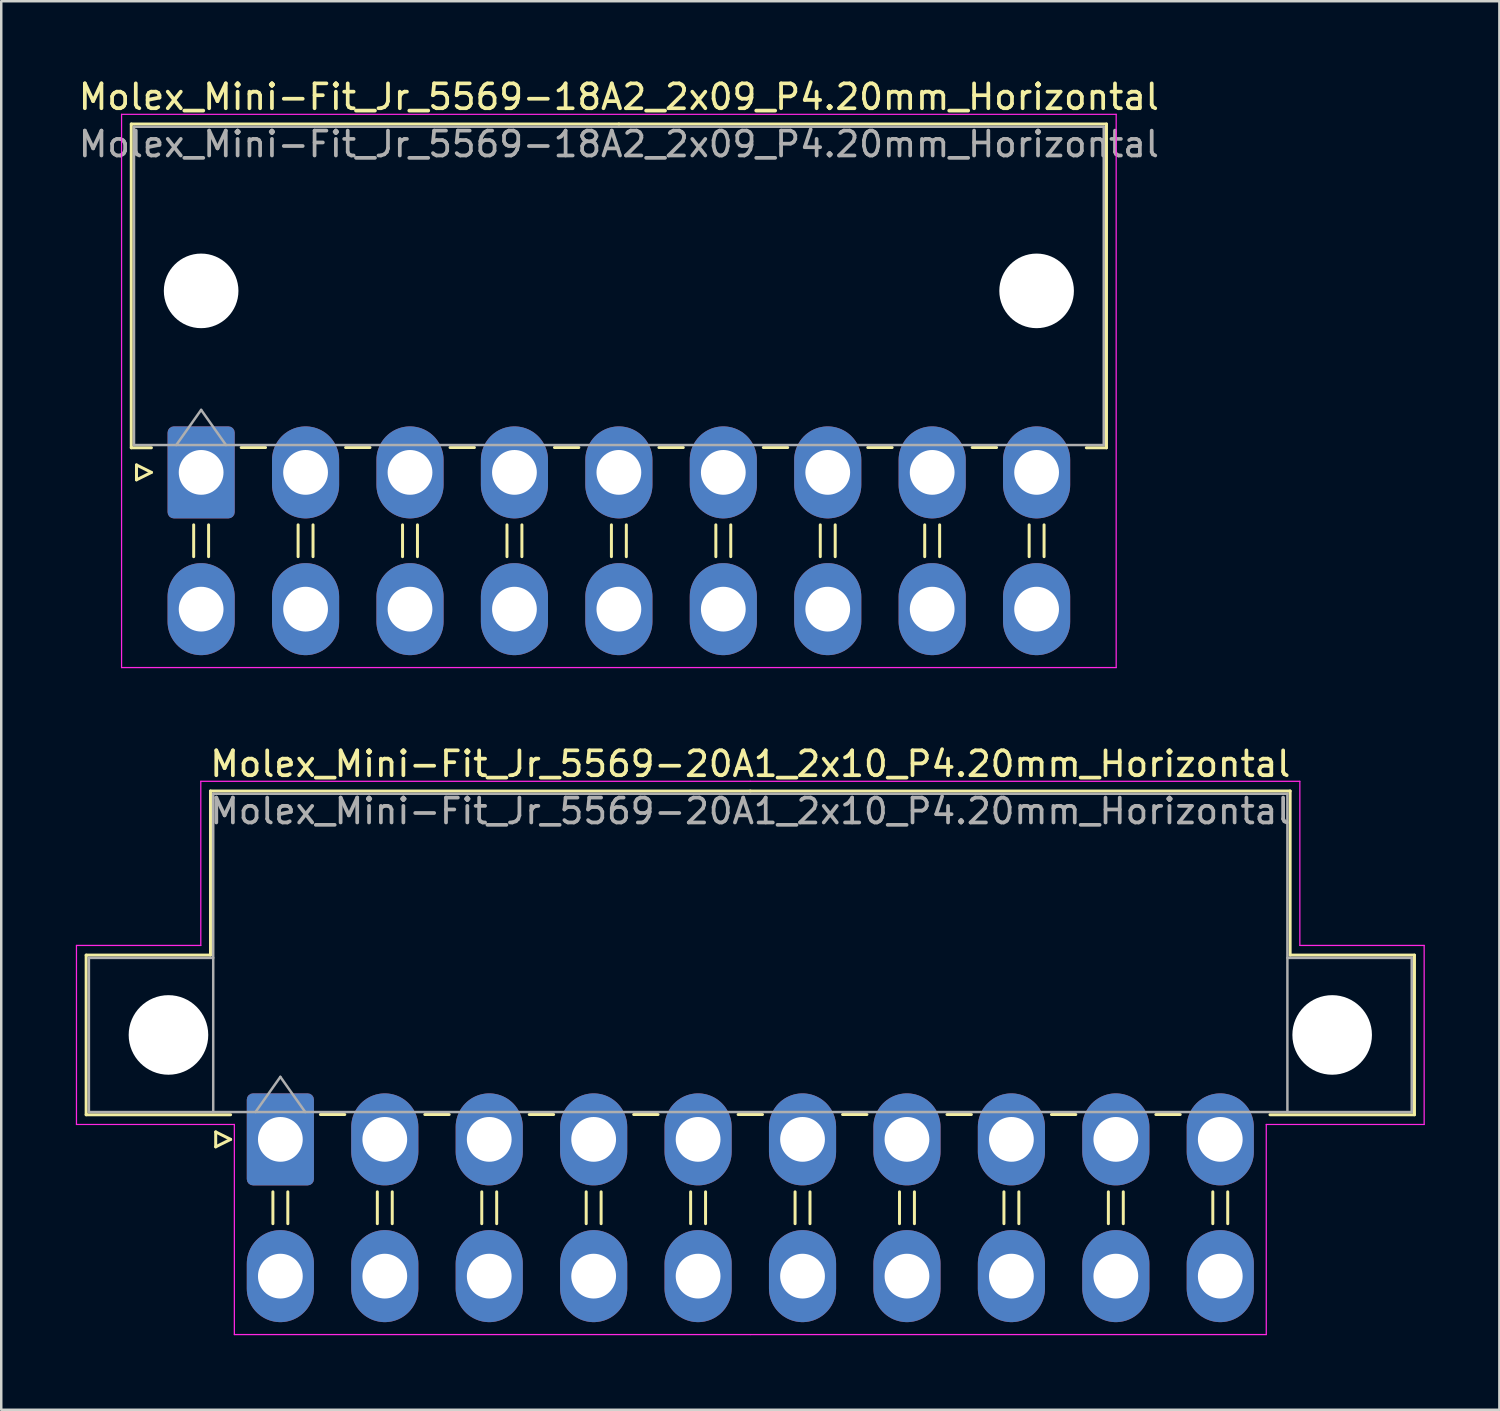
<source format=kicad_pcb>
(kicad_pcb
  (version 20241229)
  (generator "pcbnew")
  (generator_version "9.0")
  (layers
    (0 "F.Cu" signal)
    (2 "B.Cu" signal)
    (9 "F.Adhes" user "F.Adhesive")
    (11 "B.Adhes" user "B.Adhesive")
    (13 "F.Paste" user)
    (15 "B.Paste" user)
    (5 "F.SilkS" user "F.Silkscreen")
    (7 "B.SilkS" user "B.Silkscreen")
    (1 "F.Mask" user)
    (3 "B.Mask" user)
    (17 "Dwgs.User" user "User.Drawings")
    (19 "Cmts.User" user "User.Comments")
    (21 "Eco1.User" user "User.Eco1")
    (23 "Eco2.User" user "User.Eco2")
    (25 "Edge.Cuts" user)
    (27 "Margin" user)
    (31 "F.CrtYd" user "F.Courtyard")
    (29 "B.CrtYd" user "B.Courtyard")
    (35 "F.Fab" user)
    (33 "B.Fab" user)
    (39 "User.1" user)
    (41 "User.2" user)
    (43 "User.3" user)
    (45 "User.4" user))
  (footprint "Molex_Mini-Fit_Jr_5569-18A2_2x09_P4.20mm_Horizontal"
    (layer "F.Cu")
    (at 5.039 15.948)
    (property "Reference" "Molex_Mini-Fit_Jr_5569-18A2_2x09_P4.20mm_Horizontal" (at 16.8 -15.1 0) (layer "F.SilkS") (effects (font (size 1 1) (thickness 0.15))))
    (attr through_hole)
    (fp_line (start -2.81 -14.01) (end 16.8 -14.01) (stroke (width 0.12) (type solid)) (layer "F.SilkS"))
    (fp_line (start -2.81 -0.99) (end -2.81 -14.01) (stroke (width 0.12) (type solid)) (layer "F.SilkS"))
    (fp_line (start -2.6 -0.3) (end -2 0) (stroke (width 0.12) (type solid)) (layer "F.SilkS"))
    (fp_line (start -2.6 0.3) (end -2.6 -0.3) (stroke (width 0.12) (type solid)) (layer "F.SilkS"))
    (fp_line (start -2 -0.99) (end -2.81 -0.99) (stroke (width 0.12) (type solid)) (layer "F.SilkS"))
    (fp_line (start -2 0) (end -2.6 0.3) (stroke (width 0.12) (type solid)) (layer "F.SilkS"))
    (fp_line (start -0.3 2.11) (end -0.3 3.39) (stroke (width 0.12) (type solid)) (layer "F.SilkS"))
    (fp_line (start 0.3 2.11) (end 0.3 3.39) (stroke (width 0.12) (type solid)) (layer "F.SilkS"))
    (fp_line (start 1.61 -1) (end 2.59 -1) (stroke (width 0.12) (type solid)) (layer "F.SilkS"))
    (fp_line (start 3.9 2.11) (end 3.9 3.39) (stroke (width 0.12) (type solid)) (layer "F.SilkS"))
    (fp_line (start 4.5 2.11) (end 4.5 3.39) (stroke (width 0.12) (type solid)) (layer "F.SilkS"))
    (fp_line (start 5.81 -1) (end 6.79 -1) (stroke (width 0.12) (type solid)) (layer "F.SilkS"))
    (fp_line (start 8.1 2.11) (end 8.1 3.39) (stroke (width 0.12) (type solid)) (layer "F.SilkS"))
    (fp_line (start 8.7 2.11) (end 8.7 3.39) (stroke (width 0.12) (type solid)) (layer "F.SilkS"))
    (fp_line (start 10.01 -1) (end 10.99 -1) (stroke (width 0.12) (type solid)) (layer "F.SilkS"))
    (fp_line (start 12.3 2.11) (end 12.3 3.39) (stroke (width 0.12) (type solid)) (layer "F.SilkS"))
    (fp_line (start 12.9 2.11) (end 12.9 3.39) (stroke (width 0.12) (type solid)) (layer "F.SilkS"))
    (fp_line (start 14.21 -1) (end 15.19 -1) (stroke (width 0.12) (type solid)) (layer "F.SilkS"))
    (fp_line (start 16.5 2.11) (end 16.5 3.39) (stroke (width 0.12) (type solid)) (layer "F.SilkS"))
    (fp_line (start 17.1 2.11) (end 17.1 3.39) (stroke (width 0.12) (type solid)) (layer "F.SilkS"))
    (fp_line (start 18.41 -1) (end 19.39 -1) (stroke (width 0.12) (type solid)) (layer "F.SilkS"))
    (fp_line (start 20.7 2.11) (end 20.7 3.39) (stroke (width 0.12) (type solid)) (layer "F.SilkS"))
    (fp_line (start 21.3 2.11) (end 21.3 3.39) (stroke (width 0.12) (type solid)) (layer "F.SilkS"))
    (fp_line (start 22.61 -1) (end 23.59 -1) (stroke (width 0.12) (type solid)) (layer "F.SilkS"))
    (fp_line (start 24.9 2.11) (end 24.9 3.39) (stroke (width 0.12) (type solid)) (layer "F.SilkS"))
    (fp_line (start 25.5 2.11) (end 25.5 3.39) (stroke (width 0.12) (type solid)) (layer "F.SilkS"))
    (fp_line (start 26.81 -1) (end 27.79 -1) (stroke (width 0.12) (type solid)) (layer "F.SilkS"))
    (fp_line (start 29.1 2.11) (end 29.1 3.39) (stroke (width 0.12) (type solid)) (layer "F.SilkS"))
    (fp_line (start 29.7 2.11) (end 29.7 3.39) (stroke (width 0.12) (type solid)) (layer "F.SilkS"))
    (fp_line (start 31.01 -1) (end 31.99 -1) (stroke (width 0.12) (type solid)) (layer "F.SilkS"))
    (fp_line (start 33.3 2.11) (end 33.3 3.39) (stroke (width 0.12) (type solid)) (layer "F.SilkS"))
    (fp_line (start 33.9 2.11) (end 33.9 3.39) (stroke (width 0.12) (type solid)) (layer "F.SilkS"))
    (fp_line (start 35.6 -0.99) (end 36.41 -0.99) (stroke (width 0.12) (type solid)) (layer "F.SilkS"))
    (fp_line (start 36.41 -14.01) (end 16.8 -14.01) (stroke (width 0.12) (type solid)) (layer "F.SilkS"))
    (fp_line (start 36.41 -0.99) (end 36.41 -14.01) (stroke (width 0.12) (type solid)) (layer "F.SilkS"))
    (fp_line (start -3.2 -14.4) (end -3.2 7.85) (stroke (width 0.05) (type solid)) (layer "F.CrtYd"))
    (fp_line (start -3.2 7.85) (end 36.8 7.85) (stroke (width 0.05) (type solid)) (layer "F.CrtYd"))
    (fp_line (start 36.8 -14.4) (end -3.2 -14.4) (stroke (width 0.05) (type solid)) (layer "F.CrtYd"))
    (fp_line (start 36.8 7.85) (end 36.8 -14.4) (stroke (width 0.05) (type solid)) (layer "F.CrtYd"))
    (fp_line (start -2.7 -13.9) (end -2.7 -1.1) (stroke (width 0.1) (type solid)) (layer "F.Fab"))
    (fp_line (start -2.7 -1.1) (end 36.3 -1.1) (stroke (width 0.1) (type solid)) (layer "F.Fab"))
    (fp_line (start -1 -1.1) (end 0 -2.514) (stroke (width 0.1) (type solid)) (layer "F.Fab"))
    (fp_line (start 0 -2.514) (end 1 -1.1) (stroke (width 0.1) (type solid)) (layer "F.Fab"))
    (fp_line (start 36.3 -13.9) (end -2.7 -13.9) (stroke (width 0.1) (type solid)) (layer "F.Fab"))
    (fp_line (start 36.3 -1.1) (end 36.3 -13.9) (stroke (width 0.1) (type solid)) (layer "F.Fab"))
    (fp_text user "${REFERENCE}" (at 16.8 -13.2 0) (layer "F.Fab") (effects (font (size 1 1) (thickness 0.15))))
    (pad "" np_thru_hole circle (at 0 -7.3) (size 3 3) (drill 3) (layers "*.Cu" "*.Mask"))
    (pad "" np_thru_hole circle (at 33.6 -7.3) (size 3 3) (drill 3) (layers "*.Cu" "*.Mask"))
    (pad "1" thru_hole roundrect (at 0 0) (size 2.7 3.7) (drill 1.8) (layers "*.Cu" "*.Mask") (roundrect_rratio 0.093))
    (pad "2" thru_hole oval (at 4.2 0) (size 2.7 3.7) (drill 1.8) (layers "*.Cu" "*.Mask"))
    (pad "3" thru_hole oval (at 8.4 0) (size 2.7 3.7) (drill 1.8) (layers "*.Cu" "*.Mask"))
    (pad "4" thru_hole oval (at 12.6 0) (size 2.7 3.7) (drill 1.8) (layers "*.Cu" "*.Mask"))
    (pad "5" thru_hole oval (at 16.8 0) (size 2.7 3.7) (drill 1.8) (layers "*.Cu" "*.Mask"))
    (pad "6" thru_hole oval (at 21 0) (size 2.7 3.7) (drill 1.8) (layers "*.Cu" "*.Mask"))
    (pad "7" thru_hole oval (at 25.2 0) (size 2.7 3.7) (drill 1.8) (layers "*.Cu" "*.Mask"))
    (pad "8" thru_hole oval (at 29.4 0) (size 2.7 3.7) (drill 1.8) (layers "*.Cu" "*.Mask"))
    (pad "9" thru_hole oval (at 33.6 0) (size 2.7 3.7) (drill 1.8) (layers "*.Cu" "*.Mask"))
    (pad "10" thru_hole oval (at 0 5.5) (size 2.7 3.7) (drill 1.8) (layers "*.Cu" "*.Mask"))
    (pad "11" thru_hole oval (at 4.2 5.5) (size 2.7 3.7) (drill 1.8) (layers "*.Cu" "*.Mask"))
    (pad "12" thru_hole oval (at 8.4 5.5) (size 2.7 3.7) (drill 1.8) (layers "*.Cu" "*.Mask"))
    (pad "13" thru_hole oval (at 12.6 5.5) (size 2.7 3.7) (drill 1.8) (layers "*.Cu" "*.Mask"))
    (pad "14" thru_hole oval (at 16.8 5.5) (size 2.7 3.7) (drill 1.8) (layers "*.Cu" "*.Mask"))
    (pad "15" thru_hole oval (at 21 5.5) (size 2.7 3.7) (drill 1.8) (layers "*.Cu" "*.Mask"))
    (pad "16" thru_hole oval (at 25.2 5.5) (size 2.7 3.7) (drill 1.8) (layers "*.Cu" "*.Mask"))
    (pad "17" thru_hole oval (at 29.4 5.5) (size 2.7 3.7) (drill 1.8) (layers "*.Cu" "*.Mask"))
    (pad "18" thru_hole oval (at 33.6 5.5) (size 2.7 3.7) (drill 1.8) (layers "*.Cu" "*.Mask")))
  (footprint "Molex_Mini-Fit_Jr_5569-20A1_2x10_P4.20mm_Horizontal"
    (layer "F.Cu")
    (at 8.225 42.772)
    (property "Reference" "Molex_Mini-Fit_Jr_5569-20A1_2x10_P4.20mm_Horizontal" (at 18.9 -15.1 0) (layer "F.SilkS") (effects (font (size 1 1) (thickness 0.15))))
    (attr through_hole)
    (fp_line (start -7.81 -7.41) (end -7.81 -0.99) (stroke (width 0.12) (type solid)) (layer "F.SilkS"))
    (fp_line (start -7.81 -0.99) (end -2 -0.99) (stroke (width 0.12) (type solid)) (layer "F.SilkS"))
    (fp_line (start -2.81 -14.01) (end -2.81 -7.41) (stroke (width 0.12) (type solid)) (layer "F.SilkS"))
    (fp_line (start -2.81 -7.41) (end -7.81 -7.41) (stroke (width 0.12) (type solid)) (layer "F.SilkS"))
    (fp_line (start -2.6 -0.3) (end -2 0) (stroke (width 0.12) (type solid)) (layer "F.SilkS"))
    (fp_line (start -2.6 0.3) (end -2.6 -0.3) (stroke (width 0.12) (type solid)) (layer "F.SilkS"))
    (fp_line (start -2 0) (end -2.6 0.3) (stroke (width 0.12) (type solid)) (layer "F.SilkS"))
    (fp_line (start -0.3 2.11) (end -0.3 3.39) (stroke (width 0.12) (type solid)) (layer "F.SilkS"))
    (fp_line (start 0.3 2.11) (end 0.3 3.39) (stroke (width 0.12) (type solid)) (layer "F.SilkS"))
    (fp_line (start 1.61 -1) (end 2.59 -1) (stroke (width 0.12) (type solid)) (layer "F.SilkS"))
    (fp_line (start 3.9 2.11) (end 3.9 3.39) (stroke (width 0.12) (type solid)) (layer "F.SilkS"))
    (fp_line (start 4.5 2.11) (end 4.5 3.39) (stroke (width 0.12) (type solid)) (layer "F.SilkS"))
    (fp_line (start 5.81 -1) (end 6.79 -1) (stroke (width 0.12) (type solid)) (layer "F.SilkS"))
    (fp_line (start 8.1 2.11) (end 8.1 3.39) (stroke (width 0.12) (type solid)) (layer "F.SilkS"))
    (fp_line (start 8.7 2.11) (end 8.7 3.39) (stroke (width 0.12) (type solid)) (layer "F.SilkS"))
    (fp_line (start 10.01 -1) (end 10.99 -1) (stroke (width 0.12) (type solid)) (layer "F.SilkS"))
    (fp_line (start 12.3 2.11) (end 12.3 3.39) (stroke (width 0.12) (type solid)) (layer "F.SilkS"))
    (fp_line (start 12.9 2.11) (end 12.9 3.39) (stroke (width 0.12) (type solid)) (layer "F.SilkS"))
    (fp_line (start 14.21 -1) (end 15.19 -1) (stroke (width 0.12) (type solid)) (layer "F.SilkS"))
    (fp_line (start 16.5 2.11) (end 16.5 3.39) (stroke (width 0.12) (type solid)) (layer "F.SilkS"))
    (fp_line (start 17.1 2.11) (end 17.1 3.39) (stroke (width 0.12) (type solid)) (layer "F.SilkS"))
    (fp_line (start 18.41 -1) (end 19.39 -1) (stroke (width 0.12) (type solid)) (layer "F.SilkS"))
    (fp_line (start 18.9 -14.01) (end -2.81 -14.01) (stroke (width 0.12) (type solid)) (layer "F.SilkS"))
    (fp_line (start 18.9 -14.01) (end 40.61 -14.01) (stroke (width 0.12) (type solid)) (layer "F.SilkS"))
    (fp_line (start 20.7 2.11) (end 20.7 3.39) (stroke (width 0.12) (type solid)) (layer "F.SilkS"))
    (fp_line (start 21.3 2.11) (end 21.3 3.39) (stroke (width 0.12) (type solid)) (layer "F.SilkS"))
    (fp_line (start 22.61 -1) (end 23.59 -1) (stroke (width 0.12) (type solid)) (layer "F.SilkS"))
    (fp_line (start 24.9 2.11) (end 24.9 3.39) (stroke (width 0.12) (type solid)) (layer "F.SilkS"))
    (fp_line (start 25.5 2.11) (end 25.5 3.39) (stroke (width 0.12) (type solid)) (layer "F.SilkS"))
    (fp_line (start 26.81 -1) (end 27.79 -1) (stroke (width 0.12) (type solid)) (layer "F.SilkS"))
    (fp_line (start 29.1 2.11) (end 29.1 3.39) (stroke (width 0.12) (type solid)) (layer "F.SilkS"))
    (fp_line (start 29.7 2.11) (end 29.7 3.39) (stroke (width 0.12) (type solid)) (layer "F.SilkS"))
    (fp_line (start 31.01 -1) (end 31.99 -1) (stroke (width 0.12) (type solid)) (layer "F.SilkS"))
    (fp_line (start 33.3 2.11) (end 33.3 3.39) (stroke (width 0.12) (type solid)) (layer "F.SilkS"))
    (fp_line (start 33.9 2.11) (end 33.9 3.39) (stroke (width 0.12) (type solid)) (layer "F.SilkS"))
    (fp_line (start 35.21 -1) (end 36.19 -1) (stroke (width 0.12) (type solid)) (layer "F.SilkS"))
    (fp_line (start 37.5 2.11) (end 37.5 3.39) (stroke (width 0.12) (type solid)) (layer "F.SilkS"))
    (fp_line (start 38.1 2.11) (end 38.1 3.39) (stroke (width 0.12) (type solid)) (layer "F.SilkS"))
    (fp_line (start 40.61 -14.01) (end 40.61 -7.41) (stroke (width 0.12) (type solid)) (layer "F.SilkS"))
    (fp_line (start 40.61 -7.41) (end 45.61 -7.41) (stroke (width 0.12) (type solid)) (layer "F.SilkS"))
    (fp_line (start 45.61 -7.41) (end 45.61 -0.99) (stroke (width 0.12) (type solid)) (layer "F.SilkS"))
    (fp_line (start 45.61 -0.99) (end 39.8 -0.99) (stroke (width 0.12) (type solid)) (layer "F.SilkS"))
    (fp_line (start -8.2 -7.8) (end -8.2 -0.6) (stroke (width 0.05) (type solid)) (layer "F.CrtYd"))
    (fp_line (start -8.2 -0.6) (end -1.85 -0.6) (stroke (width 0.05) (type solid)) (layer "F.CrtYd"))
    (fp_line (start -3.2 -14.4) (end -3.2 -7.8) (stroke (width 0.05) (type solid)) (layer "F.CrtYd"))
    (fp_line (start -3.2 -7.8) (end -8.2 -7.8) (stroke (width 0.05) (type solid)) (layer "F.CrtYd"))
    (fp_line (start -1.85 -0.6) (end -1.85 7.85) (stroke (width 0.05) (type solid)) (layer "F.CrtYd"))
    (fp_line (start -1.85 7.85) (end 18.9 7.85) (stroke (width 0.05) (type solid)) (layer "F.CrtYd"))
    (fp_line (start 18.9 -14.4) (end -3.2 -14.4) (stroke (width 0.05) (type solid)) (layer "F.CrtYd"))
    (fp_line (start 18.9 -14.4) (end 41 -14.4) (stroke (width 0.05) (type solid)) (layer "F.CrtYd"))
    (fp_line (start 39.65 -0.6) (end 39.65 7.85) (stroke (width 0.05) (type solid)) (layer "F.CrtYd"))
    (fp_line (start 39.65 7.85) (end 18.9 7.85) (stroke (width 0.05) (type solid)) (layer "F.CrtYd"))
    (fp_line (start 41 -14.4) (end 41 -7.8) (stroke (width 0.05) (type solid)) (layer "F.CrtYd"))
    (fp_line (start 41 -7.8) (end 46 -7.8) (stroke (width 0.05) (type solid)) (layer "F.CrtYd"))
    (fp_line (start 46 -7.8) (end 46 -0.6) (stroke (width 0.05) (type solid)) (layer "F.CrtYd"))
    (fp_line (start 46 -0.6) (end 39.65 -0.6) (stroke (width 0.05) (type solid)) (layer "F.CrtYd"))
    (fp_line (start -7.7 -7.3) (end -7.7 -1.1) (stroke (width 0.1) (type solid)) (layer "F.Fab"))
    (fp_line (start -7.7 -1.1) (end -2.7 -1.1) (stroke (width 0.1) (type solid)) (layer "F.Fab"))
    (fp_line (start -2.7 -13.9) (end -2.7 -1.1) (stroke (width 0.1) (type solid)) (layer "F.Fab"))
    (fp_line (start -2.7 -7.3) (end -7.7 -7.3) (stroke (width 0.1) (type solid)) (layer "F.Fab"))
    (fp_line (start -2.7 -1.1) (end 40.5 -1.1) (stroke (width 0.1) (type solid)) (layer "F.Fab"))
    (fp_line (start -1 -1.1) (end 0 -2.514) (stroke (width 0.1) (type solid)) (layer "F.Fab"))
    (fp_line (start 0 -2.514) (end 1 -1.1) (stroke (width 0.1) (type solid)) (layer "F.Fab"))
    (fp_line (start 40.5 -13.9) (end -2.7 -13.9) (stroke (width 0.1) (type solid)) (layer "F.Fab"))
    (fp_line (start 40.5 -7.3) (end 45.5 -7.3) (stroke (width 0.1) (type solid)) (layer "F.Fab"))
    (fp_line (start 40.5 -1.1) (end 40.5 -13.9) (stroke (width 0.1) (type solid)) (layer "F.Fab"))
    (fp_line (start 45.5 -7.3) (end 45.5 -1.1) (stroke (width 0.1) (type solid)) (layer "F.Fab"))
    (fp_line (start 45.5 -1.1) (end 40.5 -1.1) (stroke (width 0.1) (type solid)) (layer "F.Fab"))
    (fp_text user "${REFERENCE}" (at 18.9 -13.2 0) (layer "F.Fab") (effects (font (size 1 1) (thickness 0.15))))
    (pad "" np_thru_hole circle (at -4.5 -4.2) (size 3.2 3.2) (drill 3.2) (layers "*.Cu" "*.Mask"))
    (pad "" np_thru_hole circle (at 42.3 -4.2) (size 3.2 3.2) (drill 3.2) (layers "*.Cu" "*.Mask"))
    (pad "1" thru_hole roundrect (at 0 0) (size 2.7 3.7) (drill 1.8) (layers "*.Cu" "*.Mask") (roundrect_rratio 0.093))
    (pad "2" thru_hole oval (at 4.2 0) (size 2.7 3.7) (drill 1.8) (layers "*.Cu" "*.Mask"))
    (pad "3" thru_hole oval (at 8.4 0) (size 2.7 3.7) (drill 1.8) (layers "*.Cu" "*.Mask"))
    (pad "4" thru_hole oval (at 12.6 0) (size 2.7 3.7) (drill 1.8) (layers "*.Cu" "*.Mask"))
    (pad "5" thru_hole oval (at 16.8 0) (size 2.7 3.7) (drill 1.8) (layers "*.Cu" "*.Mask"))
    (pad "6" thru_hole oval (at 21 0) (size 2.7 3.7) (drill 1.8) (layers "*.Cu" "*.Mask"))
    (pad "7" thru_hole oval (at 25.2 0) (size 2.7 3.7) (drill 1.8) (layers "*.Cu" "*.Mask"))
    (pad "8" thru_hole oval (at 29.4 0) (size 2.7 3.7) (drill 1.8) (layers "*.Cu" "*.Mask"))
    (pad "9" thru_hole oval (at 33.6 0) (size 2.7 3.7) (drill 1.8) (layers "*.Cu" "*.Mask"))
    (pad "10" thru_hole oval (at 37.8 0) (size 2.7 3.7) (drill 1.8) (layers "*.Cu" "*.Mask"))
    (pad "11" thru_hole oval (at 0 5.5) (size 2.7 3.7) (drill 1.8) (layers "*.Cu" "*.Mask"))
    (pad "12" thru_hole oval (at 4.2 5.5) (size 2.7 3.7) (drill 1.8) (layers "*.Cu" "*.Mask"))
    (pad "13" thru_hole oval (at 8.4 5.5) (size 2.7 3.7) (drill 1.8) (layers "*.Cu" "*.Mask"))
    (pad "14" thru_hole oval (at 12.6 5.5) (size 2.7 3.7) (drill 1.8) (layers "*.Cu" "*.Mask"))
    (pad "15" thru_hole oval (at 16.8 5.5) (size 2.7 3.7) (drill 1.8) (layers "*.Cu" "*.Mask"))
    (pad "16" thru_hole oval (at 21 5.5) (size 2.7 3.7) (drill 1.8) (layers "*.Cu" "*.Mask"))
    (pad "17" thru_hole oval (at 25.2 5.5) (size 2.7 3.7) (drill 1.8) (layers "*.Cu" "*.Mask"))
    (pad "18" thru_hole oval (at 29.4 5.5) (size 2.7 3.7) (drill 1.8) (layers "*.Cu" "*.Mask"))
    (pad "19" thru_hole oval (at 33.6 5.5) (size 2.7 3.7) (drill 1.8) (layers "*.Cu" "*.Mask"))
    (pad "20" thru_hole oval (at 37.8 5.5) (size 2.7 3.7) (drill 1.8) (layers "*.Cu" "*.Mask")))
  (gr_rect
    (start -3 -3)
    (end 57.25 53.647)
    (stroke (width 0.1) (type default))
    (fill no)
    (layer "Edge.Cuts")))
</source>
